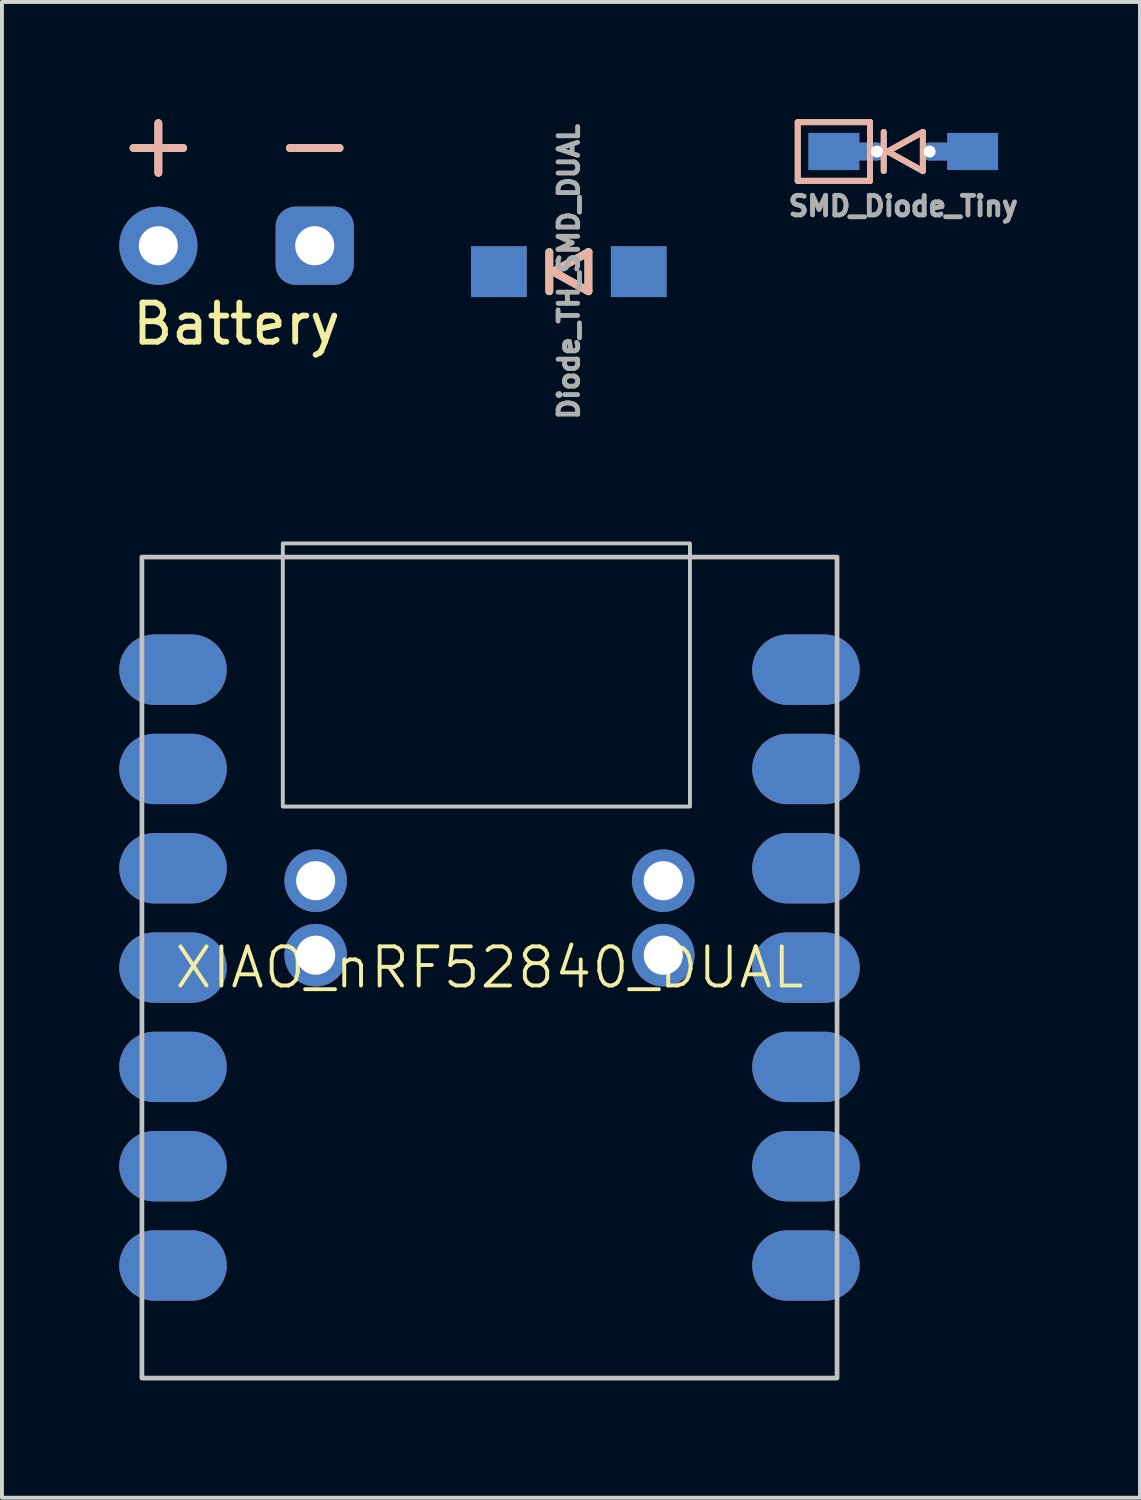
<source format=kicad_pcb>
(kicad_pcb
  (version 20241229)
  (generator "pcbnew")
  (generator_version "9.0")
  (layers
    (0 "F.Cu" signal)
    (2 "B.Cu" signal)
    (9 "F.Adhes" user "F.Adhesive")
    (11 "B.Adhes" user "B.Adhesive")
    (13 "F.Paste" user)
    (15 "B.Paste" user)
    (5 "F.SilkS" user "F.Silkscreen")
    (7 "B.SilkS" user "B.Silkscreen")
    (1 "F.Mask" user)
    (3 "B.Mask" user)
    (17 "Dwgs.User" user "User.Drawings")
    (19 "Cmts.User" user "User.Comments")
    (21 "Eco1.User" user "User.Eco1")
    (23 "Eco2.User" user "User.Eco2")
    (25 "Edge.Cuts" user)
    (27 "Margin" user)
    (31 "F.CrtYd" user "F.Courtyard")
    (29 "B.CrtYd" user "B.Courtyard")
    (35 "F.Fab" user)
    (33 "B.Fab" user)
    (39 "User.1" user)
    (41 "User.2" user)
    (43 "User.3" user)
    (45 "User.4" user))
  (footprint "XIAO_nRF52840_DUAL"
    (layer "F.Cu")
    (at 9.47 11.199)
    (property "Reference" "XIAO_nRF52840_DUAL" (at 0 10.5 0) (unlocked yes) (layer "F.SilkS") (effects (font (size 1 1) (thickness 0.1))))
    (attr smd)
    (fp_rect (start -8.89 21) (end 8.89 0) (stroke (width 0.12) (type solid)) (fill no) (layer "Dwgs.User"))
    (fp_rect (start -5.286 -0.35) (end 5.128 6.381) (stroke (width 0.1) (type default)) (fill no) (layer "Dwgs.User"))
    (pad "1" smd oval (at -8.57 2.88 180) (size 2.75 1.8) (drill (offset -0.475 0)) (layers "F.Cu" "F.Mask" "F.Paste"))
    (pad "1" smd oval (at 8.57 2.88 180) (size 2.75 1.8) (drill (offset 0.475 0)) (layers "B.Cu" "B.Mask" "B.Paste"))
    (pad "2" smd oval (at -8.57 5.42 180) (size 2.75 1.8) (drill (offset -0.475 0)) (layers "F.Cu" "F.Mask" "F.Paste"))
    (pad "2" smd oval (at 8.57 5.42 180) (size 2.75 1.8) (drill (offset 0.475 0)) (layers "B.Cu" "B.Mask" "B.Paste"))
    (pad "3" smd oval (at -8.57 7.96 180) (size 2.75 1.8) (drill (offset -0.475 0)) (layers "F.Cu" "F.Mask" "F.Paste"))
    (pad "3" smd oval (at 8.57 7.96 180) (size 2.75 1.8) (drill (offset 0.475 0)) (layers "B.Cu" "B.Mask" "B.Paste"))
    (pad "4" smd oval (at -8.57 10.5 180) (size 2.75 1.8) (drill (offset -0.475 0)) (layers "F.Cu" "F.Mask" "F.Paste"))
    (pad "4" smd oval (at 8.57 10.5 180) (size 2.75 1.8) (drill (offset 0.475 0)) (layers "B.Cu" "B.Mask" "B.Paste"))
    (pad "5" smd oval (at -8.57 13.04 180) (size 2.75 1.8) (drill (offset -0.475 0)) (layers "F.Cu" "F.Mask" "F.Paste"))
    (pad "5" smd oval (at 8.57 13.04 180) (size 2.75 1.8) (drill (offset 0.475 0)) (layers "B.Cu" "B.Mask" "B.Paste"))
    (pad "6" smd oval (at -8.57 15.58 180) (size 2.75 1.8) (drill (offset -0.475 0)) (layers "F.Cu" "F.Mask" "F.Paste"))
    (pad "6" smd oval (at 8.57 15.58 180) (size 2.75 1.8) (drill (offset 0.475 0)) (layers "B.Cu" "B.Mask" "B.Paste"))
    (pad "7" smd oval (at -8.57 18.12 180) (size 2.75 1.8) (drill (offset -0.475 0)) (layers "F.Cu" "F.Mask" "F.Paste"))
    (pad "7" smd oval (at 8.57 18.12 180) (size 2.75 1.8) (drill (offset 0.475 0)) (layers "B.Cu" "B.Mask" "B.Paste"))
    (pad "8" smd oval (at -8.57 18.12) (size 2.75 1.8) (drill (offset 0.475 0)) (layers "B.Cu" "B.Mask" "B.Paste"))
    (pad "8" smd oval (at 8.57 18.12) (size 2.75 1.8) (drill (offset -0.475 0)) (layers "F.Cu" "F.Mask" "F.Paste"))
    (pad "9" smd oval (at -8.57 15.58) (size 2.75 1.8) (drill (offset 0.475 0)) (layers "B.Cu" "B.Mask" "B.Paste"))
    (pad "9" smd oval (at 8.57 15.58) (size 2.75 1.8) (drill (offset -0.475 0)) (layers "F.Cu" "F.Mask" "F.Paste"))
    (pad "10" smd oval (at -8.57 13.04) (size 2.75 1.8) (drill (offset 0.475 0)) (layers "B.Cu" "B.Mask" "B.Paste"))
    (pad "10" smd oval (at 8.57 13.04) (size 2.75 1.8) (drill (offset -0.475 0)) (layers "F.Cu" "F.Mask" "F.Paste"))
    (pad "11" smd oval (at -8.57 10.5) (size 2.75 1.8) (drill (offset 0.475 0)) (layers "B.Cu" "B.Mask" "B.Paste"))
    (pad "11" smd oval (at 8.57 10.5) (size 2.75 1.8) (drill (offset -0.475 0)) (layers "F.Cu" "F.Mask" "F.Paste"))
    (pad "12" smd oval (at -8.57 7.96) (size 2.75 1.8) (drill (offset 0.475 0)) (layers "B.Cu" "B.Mask" "B.Paste"))
    (pad "12" smd oval (at 8.57 7.96) (size 2.75 1.8) (drill (offset -0.475 0)) (layers "F.Cu" "F.Mask" "F.Paste"))
    (pad "13" smd oval (at -8.57 5.42) (size 2.75 1.8) (drill (offset 0.475 0)) (layers "B.Cu" "B.Mask" "B.Paste"))
    (pad "13" smd oval (at 8.57 5.42) (size 2.75 1.8) (drill (offset -0.475 0)) (layers "F.Cu" "F.Mask" "F.Paste"))
    (pad "14" smd oval (at -8.57 2.88) (size 2.75 1.8) (drill (offset 0.475 0)) (layers "B.Cu" "B.Mask" "B.Paste"))
    (pad "14" smd oval (at 8.57 2.88) (size 2.75 1.8) (drill (offset -0.475 0)) (layers "F.Cu" "F.Mask" "F.Paste"))
    (pad "19" thru_hole circle (at -4.445 10.183 180) (size 1.6 1.6) (drill 1) (layers "*.Cu" "*.Mask"))
    (pad "19" thru_hole circle (at 4.445 10.183 180) (size 1.6 1.6) (drill 1) (layers "*.Cu" "*.Mask"))
    (pad "20" thru_hole circle (at -4.445 8.278 180) (size 1.6 1.6) (drill 1) (layers "*.Cu" "*.Mask"))
    (pad "20" thru_hole circle (at 4.445 8.278 180) (size 1.6 1.6) (drill 1) (layers "*.Cu" "*.Mask")))
  (footprint "SMD_Diode_Tiny"
    (layer "F.Cu")
    (at 20.054 0.825)
    (property "Reference" "SMD_Diode_Tiny" (at 0 1.397 0) (layer "F.Fab") (effects (font (size 0.5 0.5) (thickness 0.125))))
    (fp_poly (pts (xy -2.375 -0.425) (xy -1.175 -0.425) (xy -1.175 0.425) (xy -2.375 0.425)) (stroke (width 0.1) (type solid)) (fill yes) (layer "F.Mask"))
    (fp_poly (pts (xy 1.175 -0.425) (xy 2.375 -0.425) (xy 2.375 0.425) (xy 1.175 0.425)) (stroke (width 0.1) (type solid)) (fill yes) (layer "F.Mask"))
    (fp_poly (pts (xy -2.375 -0.425) (xy -1.175 -0.425) (xy -1.175 0.425) (xy -2.375 0.425)) (stroke (width 0.1) (type solid)) (fill yes) (layer "B.Mask"))
    (fp_poly (pts (xy 1.175 -0.425) (xy 2.375 -0.425) (xy 2.375 0.425) (xy 1.175 0.425)) (stroke (width 0.1) (type solid)) (fill yes) (layer "B.Mask"))
    (fp_line (start -2.7 -0.75) (end -2.7 0.75) (stroke (width 0.15) (type solid)) (layer "F.SilkS"))
    (fp_line (start -2.7 0.75) (end -0.85 0.75) (stroke (width 0.15) (type solid)) (layer "F.SilkS"))
    (fp_line (start -0.85 -0.75) (end -2.7 -0.75) (stroke (width 0.15) (type solid)) (layer "F.SilkS"))
    (fp_line (start -0.85 -0.75) (end -0.85 0.75) (stroke (width 0.15) (type solid)) (layer "F.SilkS"))
    (fp_line (start -0.5 -0.5) (end -0.5 0.5) (stroke (width 0.15) (type solid)) (layer "F.SilkS"))
    (fp_line (start -0.4 0) (end 0.5 -0.5) (stroke (width 0.15) (type solid)) (layer "F.SilkS"))
    (fp_line (start 0.5 -0.5) (end 0.5 0.5) (stroke (width 0.15) (type solid)) (layer "F.SilkS"))
    (fp_line (start 0.5 0.5) (end -0.4 0) (stroke (width 0.15) (type solid)) (layer "F.SilkS"))
    (fp_line (start -2.7 -0.75) (end -2.7 0.75) (stroke (width 0.15) (type solid)) (layer "B.SilkS"))
    (fp_line (start -2.7 0.75) (end -0.85 0.75) (stroke (width 0.15) (type solid)) (layer "B.SilkS"))
    (fp_line (start -0.85 -0.75) (end -2.7 -0.75) (stroke (width 0.15) (type solid)) (layer "B.SilkS"))
    (fp_line (start -0.85 -0.75) (end -0.85 0.75) (stroke (width 0.15) (type solid)) (layer "B.SilkS"))
    (fp_line (start -0.5 0.5) (end -0.5 -0.5) (stroke (width 0.15) (type solid)) (layer "B.SilkS"))
    (fp_line (start -0.4 0) (end 0.5 0.5) (stroke (width 0.15) (type solid)) (layer "B.SilkS"))
    (fp_line (start 0.5 -0.5) (end -0.4 0) (stroke (width 0.15) (type solid)) (layer "B.SilkS"))
    (fp_line (start 0.5 0.5) (end 0.5 -0.5) (stroke (width 0.15) (type solid)) (layer "B.SilkS"))
    (pad "1" smd custom (at -1.775 0) (size 1.3 0.95) (layers "F.Cu") (options (anchor rect)) (primitives (gr_poly (pts (xy 1.094 0.177) (xy 0.521 0.177) (xy 0.521 -0.178) (xy 1.094 -0.178)) (width 0.1) (fill yes))))
    (pad "1" smd custom (at -1.775 0) (size 1.3 0.95) (layers "B.Cu") (options (anchor rect)) (primitives (gr_poly (pts (xy 1.094 0.177) (xy 0.521 0.177) (xy 0.521 -0.179) (xy 1.094 -0.179)) (width 0.1) (fill yes))))
    (pad "1" thru_hole circle (at -0.675 0 270) (size 0.457 0.457) (drill 0.305) (layers "*.Cu"))
    (pad "2" thru_hole circle (at 0.675 0.0004 90) (size 0.457 0.457) (drill 0.305) (layers "*.Cu"))
    (pad "2" smd custom (at 1.775 0) (size 1.3 0.95) (layers "F.Cu") (options (anchor rect)) (primitives (gr_poly (pts (xy -0.521 0.179) (xy -1.094 0.179) (xy -1.094 -0.177) (xy -0.521 -0.177)) (width 0.1) (fill yes))))
    (pad "2" smd custom (at 1.775 0) (size 1.3 0.95) (layers "B.Cu") (options (anchor rect)) (primitives (gr_poly (pts (xy -0.521 0.179) (xy -1.094 0.179) (xy -1.094 -0.177) (xy -0.521 -0.177)) (width 0.1) (fill yes)))))
  (footprint "Battery"
    (layer "F.Cu")
    (at 3 3.235)
    (property "Reference" "Battery" (at 0 2 180) (layer "F.SilkS") (effects (font (size 1 1) (thickness 0.15))))
    (attr through_hole)
    (fp_line (start -2.635 -2.5) (end -1.365 -2.5) (stroke (width 0.2) (type default)) (layer "F.SilkS"))
    (fp_line (start -2 -3.135) (end -2 -1.865) (stroke (width 0.2) (type default)) (layer "F.SilkS"))
    (fp_line (start 1.365 -2.5) (end 2.635 -2.5) (stroke (width 0.2) (type default)) (layer "F.SilkS"))
    (fp_line (start -2.635 -2.5) (end -1.365 -2.5) (stroke (width 0.2) (type default)) (layer "B.SilkS"))
    (fp_line (start -2 -3.135) (end -2 -1.865) (stroke (width 0.2) (type default)) (layer "B.SilkS"))
    (fp_line (start 1.365 -2.5) (end 2.635 -2.5) (stroke (width 0.2) (type default)) (layer "B.SilkS"))
    (pad "1" thru_hole circle (at -2 0) (size 2 2) (drill 1) (layers "*.Cu" "*.Mask"))
    (pad "2" thru_hole roundrect (at 2 0 90) (size 2 2) (drill 1) (layers "*.Cu" "*.Mask") (roundrect_rratio 0.25)))
  (footprint "Diode_TH_SMD_DUAL"
    (layer "F.Cu")
    (at 11.5 3.899)
    (property "Reference" "Diode_TH_SMD_DUAL" (at 0 0 90) (layer "F.Fab") (effects (font (size 0.5 0.5) (thickness 0.125))))
    (attr through_hole)
    (fp_line (start -0.5 0.5) (end -0.5 -0.5) (stroke (width 0.2) (type solid)) (layer "F.SilkS"))
    (fp_line (start -0.4 0) (end 0.5 0.5) (stroke (width 0.2) (type solid)) (layer "F.SilkS"))
    (fp_line (start 0.5 -0.5) (end -0.4 0) (stroke (width 0.2) (type solid)) (layer "F.SilkS"))
    (fp_line (start 0.5 0.5) (end 0.5 -0.5) (stroke (width 0.2) (type solid)) (layer "F.SilkS"))
    (fp_line (start -0.5 0.5) (end -0.5 -0.5) (stroke (width 0.2) (type solid)) (layer "B.SilkS"))
    (fp_line (start -0.4 0) (end 0.5 -0.5) (stroke (width 0.2) (type solid)) (layer "B.SilkS"))
    (fp_line (start 0.5 0.5) (end -0.4 0) (stroke (width 0.2) (type solid)) (layer "B.SilkS"))
    (fp_line (start 0.5 0.5) (end 0.5 -0.5) (stroke (width 0.2) (type solid)) (layer "B.SilkS"))
    (pad "1" smd rect (at -1.788 0 180) (size 1.425 1.3) (layers "F.Cu" "F.Mask" "F.Paste"))
    (pad "1" smd rect (at -1.788 0 180) (size 1.425 1.3) (layers "B.Cu" "B.Mask" "B.Paste"))
    (pad "2" smd rect (at 1.788 0 180) (size 1.425 1.3) (layers "F.Cu" "F.Mask" "F.Paste"))
    (pad "2" smd rect (at 1.788 0 180) (size 1.425 1.3) (layers "B.Cu" "B.Mask" "B.Paste")))
  (gr_rect
    (start -3 -3)
    (end 26.108 35.259)
    (stroke (width 0.1) (type default))
    (fill no)
    (layer "Edge.Cuts")))
</source>
